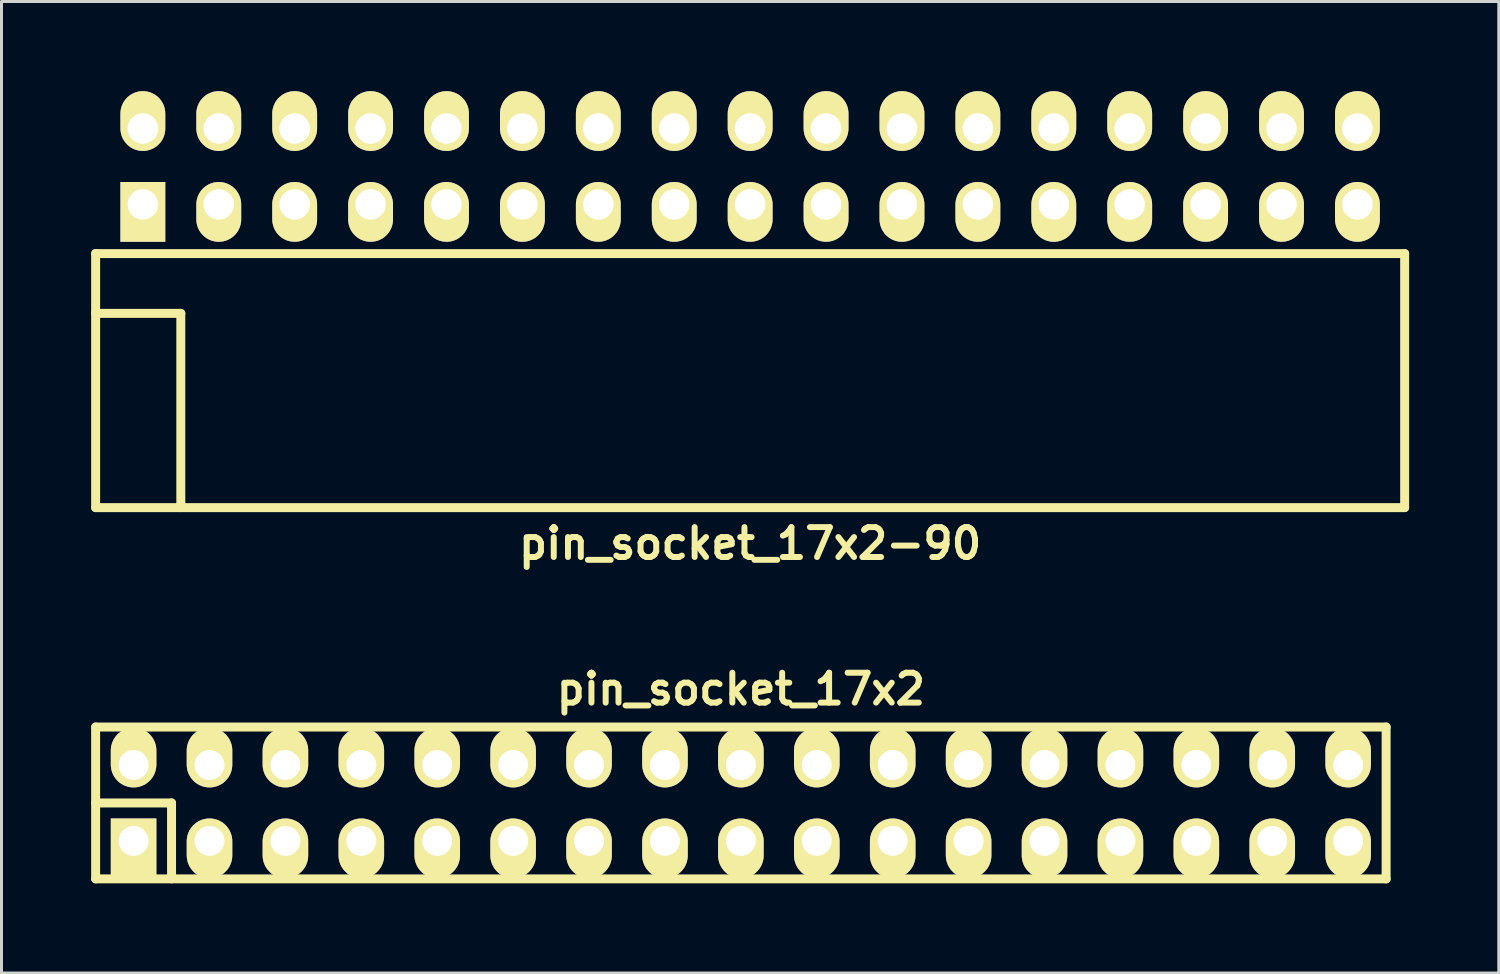
<source format=kicad_pcb>
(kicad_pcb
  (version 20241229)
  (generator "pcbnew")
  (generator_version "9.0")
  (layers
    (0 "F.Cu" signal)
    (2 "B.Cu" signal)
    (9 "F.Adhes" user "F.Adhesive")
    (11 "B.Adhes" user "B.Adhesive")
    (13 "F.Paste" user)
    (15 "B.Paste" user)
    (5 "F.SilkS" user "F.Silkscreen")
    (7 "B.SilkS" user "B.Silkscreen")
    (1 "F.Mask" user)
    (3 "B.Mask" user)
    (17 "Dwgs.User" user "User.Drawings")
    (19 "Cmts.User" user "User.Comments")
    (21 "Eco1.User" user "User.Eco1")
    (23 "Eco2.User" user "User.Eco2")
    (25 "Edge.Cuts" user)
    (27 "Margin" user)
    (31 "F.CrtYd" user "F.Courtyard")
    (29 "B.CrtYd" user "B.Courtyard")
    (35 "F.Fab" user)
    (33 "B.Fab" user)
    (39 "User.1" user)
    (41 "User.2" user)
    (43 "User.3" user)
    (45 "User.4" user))
  (footprint "pin_socket_17x2"
    (layer "F.Cu")
    (at 21.74 23.817)
    (property "Reference" "pin_socket_17x2" (at 0 -3.81 0) (layer "F.SilkS") (effects (font (size 1 1) (thickness 0.2))))
    (attr through_hole)
    (fp_line (start -21.59 -2.54) (end -21.59 2.54) (stroke (width 0.3) (type solid)) (layer "F.SilkS"))
    (fp_line (start -21.59 -2.54) (end 21.59 -2.54) (stroke (width 0.3) (type solid)) (layer "F.SilkS"))
    (fp_line (start -21.59 0) (end -19.05 0) (stroke (width 0.3) (type solid)) (layer "F.SilkS"))
    (fp_line (start -19.05 0) (end -19.05 2.54) (stroke (width 0.3) (type solid)) (layer "F.SilkS"))
    (fp_line (start 21.59 2.54) (end -21.59 2.54) (stroke (width 0.3) (type solid)) (layer "F.SilkS"))
    (fp_line (start 21.59 2.54) (end 21.59 -2.54) (stroke (width 0.3) (type solid)) (layer "F.SilkS"))
    (pad "1" thru_hole rect (at -20.32 1.27) (size 1.524 1.999) (drill 1.001 (offset 0 0.249)) (layers "*.Cu" "*.Mask" "F.SilkS"))
    (pad "2" thru_hole oval (at -20.32 -1.27) (size 1.524 1.999) (drill 1.001 (offset 0 -0.249)) (layers "*.Cu" "*.Mask" "F.SilkS"))
    (pad "3" thru_hole oval (at -17.78 1.27) (size 1.524 1.999) (drill 1.001 (offset 0 0.249)) (layers "*.Cu" "*.Mask" "F.SilkS"))
    (pad "4" thru_hole oval (at -17.78 -1.27) (size 1.524 1.999) (drill 1.001 (offset 0 -0.249)) (layers "*.Cu" "*.Mask" "F.SilkS"))
    (pad "5" thru_hole oval (at -15.24 1.27) (size 1.524 1.999) (drill 1.001 (offset 0 0.249)) (layers "*.Cu" "*.Mask" "F.SilkS"))
    (pad "6" thru_hole oval (at -15.24 -1.27) (size 1.524 1.999) (drill 1.001 (offset 0 -0.249)) (layers "*.Cu" "*.Mask" "F.SilkS"))
    (pad "7" thru_hole oval (at -12.7 1.27) (size 1.524 1.999) (drill 1.001 (offset 0 0.249)) (layers "*.Cu" "*.Mask" "F.SilkS"))
    (pad "8" thru_hole oval (at -12.7 -1.27) (size 1.524 1.999) (drill 1.001 (offset 0 -0.249)) (layers "*.Cu" "*.Mask" "F.SilkS"))
    (pad "9" thru_hole oval (at -10.16 1.27) (size 1.524 1.999) (drill 1.001 (offset 0 0.249)) (layers "*.Cu" "*.Mask" "F.SilkS"))
    (pad "10" thru_hole oval (at -10.16 -1.27) (size 1.524 1.999) (drill 1.001 (offset 0 -0.249)) (layers "*.Cu" "*.Mask" "F.SilkS"))
    (pad "11" thru_hole oval (at -7.62 1.27) (size 1.524 1.999) (drill 1.001 (offset 0 0.249)) (layers "*.Cu" "*.Mask" "F.SilkS"))
    (pad "12" thru_hole oval (at -7.62 -1.27) (size 1.524 1.999) (drill 1.001 (offset 0 -0.249)) (layers "*.Cu" "*.Mask" "F.SilkS"))
    (pad "13" thru_hole oval (at -5.08 1.27) (size 1.524 1.999) (drill 1.001 (offset 0 0.249)) (layers "*.Cu" "*.Mask" "F.SilkS"))
    (pad "14" thru_hole oval (at -5.08 -1.27) (size 1.524 1.999) (drill 1.001 (offset 0 -0.249)) (layers "*.Cu" "*.Mask" "F.SilkS"))
    (pad "15" thru_hole oval (at -2.54 1.27) (size 1.524 1.999) (drill 1.001 (offset 0 0.249)) (layers "*.Cu" "*.Mask" "F.SilkS"))
    (pad "16" thru_hole oval (at -2.54 -1.27) (size 1.524 1.999) (drill 1.001 (offset 0 -0.249)) (layers "*.Cu" "*.Mask" "F.SilkS"))
    (pad "17" thru_hole oval (at 0 1.27) (size 1.524 1.999) (drill 1.001 (offset 0 0.249)) (layers "*.Cu" "*.Mask" "F.SilkS"))
    (pad "18" thru_hole oval (at 0 -1.27) (size 1.524 1.999) (drill 1.001 (offset 0 -0.249)) (layers "*.Cu" "*.Mask" "F.SilkS"))
    (pad "19" thru_hole oval (at 2.54 1.27) (size 1.524 1.999) (drill 1.001 (offset 0 0.249)) (layers "*.Cu" "*.Mask" "F.SilkS"))
    (pad "20" thru_hole oval (at 2.54 -1.27) (size 1.524 1.999) (drill 1.001 (offset 0 -0.249)) (layers "*.Cu" "*.Mask" "F.SilkS"))
    (pad "21" thru_hole oval (at 5.08 1.27) (size 1.524 1.999) (drill 1.001 (offset 0 0.249)) (layers "*.Cu" "*.Mask" "F.SilkS"))
    (pad "22" thru_hole oval (at 5.08 -1.27) (size 1.524 1.999) (drill 1.001 (offset 0 -0.249)) (layers "*.Cu" "*.Mask" "F.SilkS"))
    (pad "23" thru_hole oval (at 7.62 1.27) (size 1.524 1.999) (drill 1.001 (offset 0 0.249)) (layers "*.Cu" "*.Mask" "F.SilkS"))
    (pad "24" thru_hole oval (at 7.62 -1.27) (size 1.524 1.999) (drill 1.001 (offset 0 -0.249)) (layers "*.Cu" "*.Mask" "F.SilkS"))
    (pad "25" thru_hole oval (at 10.16 1.27) (size 1.524 1.999) (drill 1.001 (offset 0 0.249)) (layers "*.Cu" "*.Mask" "F.SilkS"))
    (pad "26" thru_hole oval (at 10.16 -1.27) (size 1.524 1.999) (drill 1.001 (offset 0 -0.249)) (layers "*.Cu" "*.Mask" "F.SilkS"))
    (pad "27" thru_hole oval (at 12.7 1.27) (size 1.524 1.999) (drill 1.001 (offset 0 0.249)) (layers "*.Cu" "*.Mask" "F.SilkS"))
    (pad "28" thru_hole oval (at 12.7 -1.27) (size 1.524 1.999) (drill 1.001 (offset 0 -0.249)) (layers "*.Cu" "*.Mask" "F.SilkS"))
    (pad "29" thru_hole oval (at 15.24 1.27) (size 1.524 1.999) (drill 1.001 (offset 0 0.249)) (layers "*.Cu" "*.Mask" "F.SilkS"))
    (pad "30" thru_hole oval (at 15.24 -1.27) (size 1.524 1.999) (drill 1.001 (offset 0 -0.249)) (layers "*.Cu" "*.Mask" "F.SilkS"))
    (pad "31" thru_hole oval (at 17.78 1.27) (size 1.524 1.999) (drill 1.001 (offset 0 0.249)) (layers "*.Cu" "*.Mask" "F.SilkS"))
    (pad "32" thru_hole oval (at 17.78 -1.27) (size 1.524 1.999) (drill 1.001 (offset 0 -0.249)) (layers "*.Cu" "*.Mask" "F.SilkS"))
    (pad "33" thru_hole oval (at 20.32 1.27) (size 1.524 1.999) (drill 1.001 (offset 0 0.249)) (layers "*.Cu" "*.Mask" "F.SilkS"))
    (pad "34" thru_hole oval (at 20.32 -1.27) (size 1.524 1.999) (drill 1.001 (offset 0 -0.249)) (layers "*.Cu" "*.Mask" "F.SilkS")))
  (footprint "pin_socket_17x2-90"
    (layer "F.Cu")
    (at 22.05 7.435)
    (property "Reference" "pin_socket_17x2-90" (at 0 7.7 0) (layer "F.SilkS") (effects (font (size 1 1) (thickness 0.2))))
    (attr through_hole)
    (fp_line (start -21.9 -2) (end -21.9 6.5) (stroke (width 0.3) (type solid)) (layer "F.SilkS"))
    (fp_line (start -21.9 -2) (end 21.9 -2) (stroke (width 0.3) (type solid)) (layer "F.SilkS"))
    (fp_line (start -21.9 0) (end -19.05 0) (stroke (width 0.3) (type solid)) (layer "F.SilkS"))
    (fp_line (start -21.9 6.5) (end 21.9 6.5) (stroke (width 0.3) (type solid)) (layer "F.SilkS"))
    (fp_line (start -19.05 0) (end -19.05 6.5) (stroke (width 0.3) (type solid)) (layer "F.SilkS"))
    (fp_line (start 21.9 -2) (end 21.9 6.5) (stroke (width 0.3) (type solid)) (layer "F.SilkS"))
    (pad "1" thru_hole rect (at -20.32 -3.645) (size 1.5 2) (drill 1.02 (offset 0 0.25)) (layers "*.Cu" "*.Mask" "F.SilkS"))
    (pad "2" thru_hole oval (at -20.32 -6.185) (size 1.5 2) (drill 1.02 (offset 0 -0.25)) (layers "*.Cu" "*.Mask" "F.SilkS"))
    (pad "3" thru_hole oval (at -17.78 -3.645) (size 1.5 2) (drill 1.02 (offset 0 0.25)) (layers "*.Cu" "*.Mask" "F.SilkS"))
    (pad "4" thru_hole oval (at -17.78 -6.185) (size 1.5 2) (drill 1.02 (offset 0 -0.25)) (layers "*.Cu" "*.Mask" "F.SilkS"))
    (pad "5" thru_hole oval (at -15.24 -3.645) (size 1.5 2) (drill 1.02 (offset 0 0.25)) (layers "*.Cu" "*.Mask" "F.SilkS"))
    (pad "6" thru_hole oval (at -15.24 -6.185) (size 1.5 2) (drill 1.02 (offset 0 -0.25)) (layers "*.Cu" "*.Mask" "F.SilkS"))
    (pad "7" thru_hole oval (at -12.7 -3.645) (size 1.5 2) (drill 1.02 (offset 0 0.25)) (layers "*.Cu" "*.Mask" "F.SilkS"))
    (pad "8" thru_hole oval (at -12.7 -6.185) (size 1.5 2) (drill 1.02 (offset 0 -0.25)) (layers "*.Cu" "*.Mask" "F.SilkS"))
    (pad "9" thru_hole oval (at -10.16 -3.645) (size 1.5 2) (drill 1.02 (offset 0 0.25)) (layers "*.Cu" "*.Mask" "F.SilkS"))
    (pad "10" thru_hole oval (at -10.16 -6.185) (size 1.5 2) (drill 1.02 (offset 0 -0.25)) (layers "*.Cu" "*.Mask" "F.SilkS"))
    (pad "11" thru_hole oval (at -7.62 -3.645) (size 1.5 2) (drill 1.02 (offset 0 0.25)) (layers "*.Cu" "*.Mask" "F.SilkS"))
    (pad "12" thru_hole oval (at -7.62 -6.185) (size 1.5 2) (drill 1.02 (offset 0 -0.25)) (layers "*.Cu" "*.Mask" "F.SilkS"))
    (pad "13" thru_hole oval (at -5.08 -3.645) (size 1.5 2) (drill 1.02 (offset 0 0.25)) (layers "*.Cu" "*.Mask" "F.SilkS"))
    (pad "14" thru_hole oval (at -5.08 -6.185) (size 1.5 2) (drill 1.02 (offset 0 -0.25)) (layers "*.Cu" "*.Mask" "F.SilkS"))
    (pad "15" thru_hole oval (at -2.54 -3.645) (size 1.5 2) (drill 1.02 (offset 0 0.25)) (layers "*.Cu" "*.Mask" "F.SilkS"))
    (pad "16" thru_hole oval (at -2.54 -6.185) (size 1.5 2) (drill 1.02 (offset 0 -0.25)) (layers "*.Cu" "*.Mask" "F.SilkS"))
    (pad "17" thru_hole oval (at 0 -3.645) (size 1.5 2) (drill 1.02 (offset 0 0.25)) (layers "*.Cu" "*.Mask" "F.SilkS"))
    (pad "18" thru_hole oval (at 0 -6.185) (size 1.5 2) (drill 1.02 (offset 0 -0.25)) (layers "*.Cu" "*.Mask" "F.SilkS"))
    (pad "19" thru_hole oval (at 2.54 -3.645) (size 1.5 2) (drill 1.02 (offset 0 0.25)) (layers "*.Cu" "*.Mask" "F.SilkS"))
    (pad "20" thru_hole oval (at 2.54 -6.185) (size 1.5 2) (drill 1.02 (offset 0 -0.25)) (layers "*.Cu" "*.Mask" "F.SilkS"))
    (pad "21" thru_hole oval (at 5.08 -3.645) (size 1.5 2) (drill 1.02 (offset 0 0.25)) (layers "*.Cu" "*.Mask" "F.SilkS"))
    (pad "22" thru_hole oval (at 5.08 -6.185) (size 1.5 2) (drill 1.02 (offset 0 -0.25)) (layers "*.Cu" "*.Mask" "F.SilkS"))
    (pad "23" thru_hole oval (at 7.62 -3.645) (size 1.5 2) (drill 1.02 (offset 0 0.25)) (layers "*.Cu" "*.Mask" "F.SilkS"))
    (pad "24" thru_hole oval (at 7.62 -6.185) (size 1.5 2) (drill 1.02 (offset 0 -0.25)) (layers "*.Cu" "*.Mask" "F.SilkS"))
    (pad "25" thru_hole oval (at 10.16 -3.645) (size 1.5 2) (drill 1.02 (offset 0 0.25)) (layers "*.Cu" "*.Mask" "F.SilkS"))
    (pad "26" thru_hole oval (at 10.16 -6.185) (size 1.5 2) (drill 1.02 (offset 0 -0.25)) (layers "*.Cu" "*.Mask" "F.SilkS"))
    (pad "27" thru_hole oval (at 12.7 -3.645) (size 1.5 2) (drill 1.02 (offset 0 0.25)) (layers "*.Cu" "*.Mask" "F.SilkS"))
    (pad "28" thru_hole oval (at 12.7 -6.185) (size 1.5 2) (drill 1.02 (offset 0 -0.25)) (layers "*.Cu" "*.Mask" "F.SilkS"))
    (pad "29" thru_hole oval (at 15.24 -3.645) (size 1.5 2) (drill 1.02 (offset 0 0.25)) (layers "*.Cu" "*.Mask" "F.SilkS"))
    (pad "30" thru_hole oval (at 15.24 -6.185) (size 1.5 2) (drill 1.02 (offset 0 -0.25)) (layers "*.Cu" "*.Mask" "F.SilkS"))
    (pad "31" thru_hole oval (at 17.78 -3.645) (size 1.5 2) (drill 1.02 (offset 0 0.25)) (layers "*.Cu" "*.Mask" "F.SilkS"))
    (pad "32" thru_hole oval (at 17.78 -6.185) (size 1.5 2) (drill 1.02 (offset 0 -0.25)) (layers "*.Cu" "*.Mask" "F.SilkS"))
    (pad "33" thru_hole oval (at 20.32 -3.645) (size 1.5 2) (drill 1.02 (offset 0 0.25)) (layers "*.Cu" "*.Mask" "F.SilkS"))
    (pad "34" thru_hole oval (at 20.32 -6.185) (size 1.5 2) (drill 1.02 (offset 0 -0.25)) (layers "*.Cu" "*.Mask" "F.SilkS")))
  (gr_rect
    (start -3 -3)
    (end 47.1 29.507)
    (stroke (width 0.1) (type default))
    (fill no)
    (layer "Edge.Cuts")))
</source>
